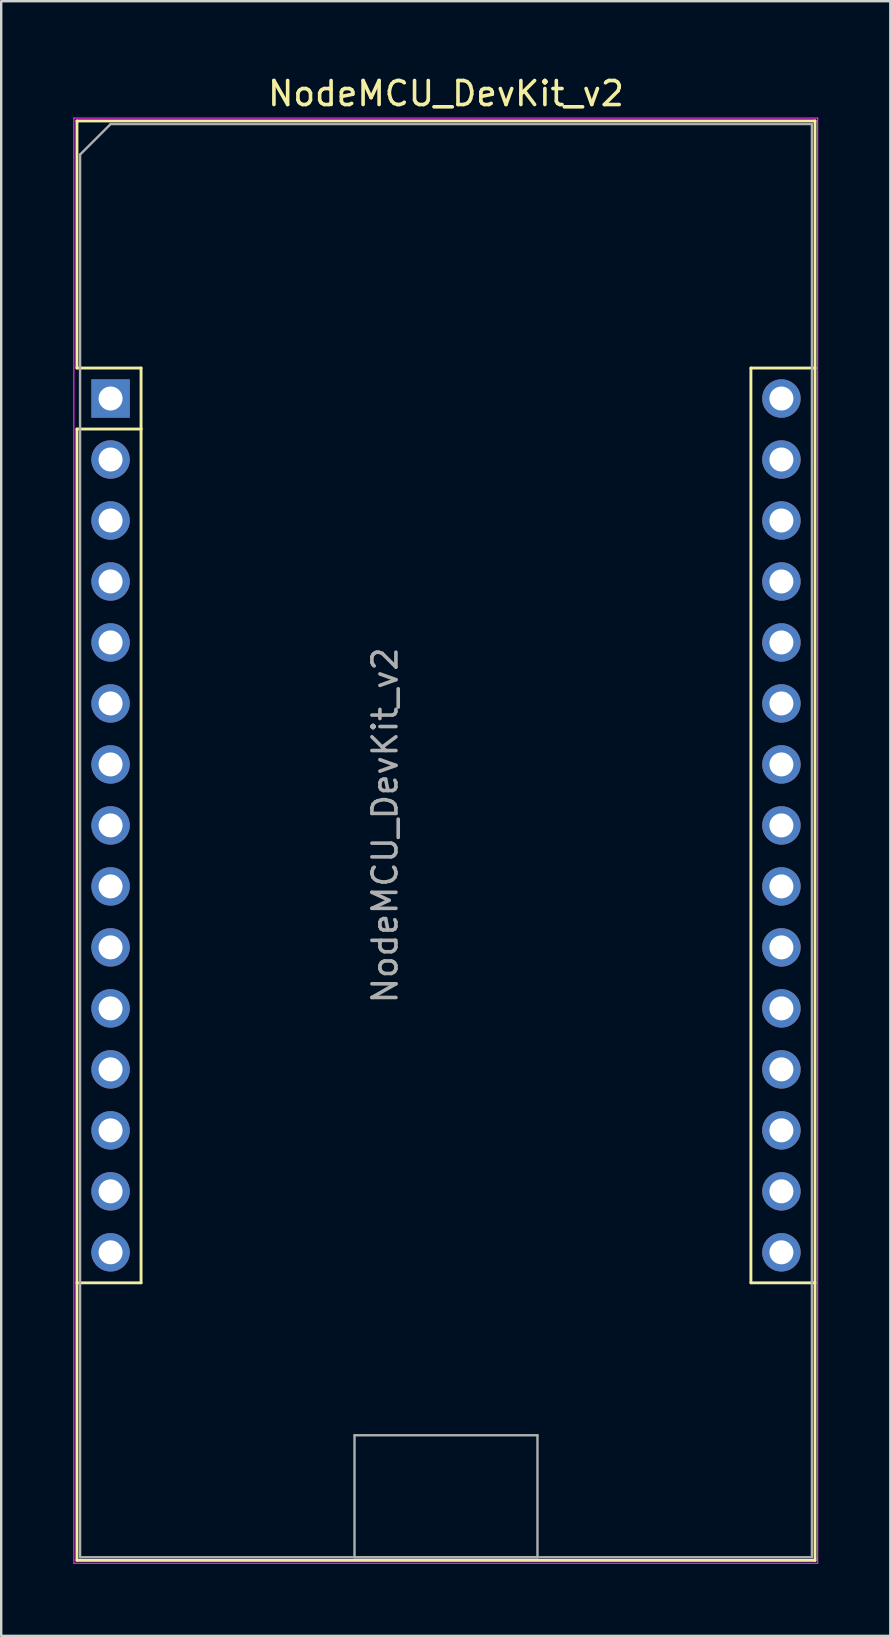
<source format=kicad_pcb>
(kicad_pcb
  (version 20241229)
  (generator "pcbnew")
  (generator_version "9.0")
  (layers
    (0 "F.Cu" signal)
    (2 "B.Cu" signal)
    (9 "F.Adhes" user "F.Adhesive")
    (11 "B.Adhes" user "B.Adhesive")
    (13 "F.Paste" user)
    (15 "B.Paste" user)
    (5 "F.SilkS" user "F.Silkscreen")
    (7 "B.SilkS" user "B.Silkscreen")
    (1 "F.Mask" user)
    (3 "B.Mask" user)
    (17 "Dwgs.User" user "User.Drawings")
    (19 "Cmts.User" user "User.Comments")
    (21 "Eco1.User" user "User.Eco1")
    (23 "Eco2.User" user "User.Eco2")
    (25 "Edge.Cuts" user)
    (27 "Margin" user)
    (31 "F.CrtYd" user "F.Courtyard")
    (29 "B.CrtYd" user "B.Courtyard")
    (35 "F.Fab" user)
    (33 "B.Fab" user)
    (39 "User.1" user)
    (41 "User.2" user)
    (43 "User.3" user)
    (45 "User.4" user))
  (footprint "NodeMCU_DevKit_v2"
    (layer "F.Cu")
    (at 1.555 13.548)
    (property "Reference" "NodeMCU_DevKit_v2" (at 13.97 -12.7 0) (layer "F.SilkS") (effects (font (size 1 1) (thickness 0.15))))
    (attr through_hole)
    (fp_line (start -1.4 -11.56) (end -1.4 -1.27) (stroke (width 0.12) (type solid)) (layer "F.SilkS"))
    (fp_line (start -1.4 1.27) (end -1.4 48.39) (stroke (width 0.12) (type solid)) (layer "F.SilkS"))
    (fp_line (start -1.4 48.39) (end 29.34 48.39) (stroke (width 0.12) (type solid)) (layer "F.SilkS"))
    (fp_line (start 1.27 -1.27) (end -1.4 -1.27) (stroke (width 0.12) (type solid)) (layer "F.SilkS"))
    (fp_line (start 1.27 1.27) (end -1.4 1.27) (stroke (width 0.12) (type solid)) (layer "F.SilkS"))
    (fp_line (start 1.27 1.27) (end 1.27 -1.27) (stroke (width 0.12) (type solid)) (layer "F.SilkS"))
    (fp_line (start 1.27 1.27) (end 1.27 36.83) (stroke (width 0.12) (type solid)) (layer "F.SilkS"))
    (fp_line (start 1.27 36.83) (end -1.4 36.83) (stroke (width 0.12) (type solid)) (layer "F.SilkS"))
    (fp_line (start 26.67 -1.27) (end 26.67 36.83) (stroke (width 0.12) (type solid)) (layer "F.SilkS"))
    (fp_line (start 26.67 -1.27) (end 29.34 -1.27) (stroke (width 0.12) (type solid)) (layer "F.SilkS"))
    (fp_line (start 26.67 36.83) (end 29.34 36.83) (stroke (width 0.12) (type solid)) (layer "F.SilkS"))
    (fp_line (start 29.34 -11.56) (end -1.4 -11.56) (stroke (width 0.12) (type solid)) (layer "F.SilkS"))
    (fp_line (start 29.34 48.39) (end 29.34 -11.56) (stroke (width 0.12) (type solid)) (layer "F.SilkS"))
    (fp_line (start -1.53 -11.68) (end -1.53 48.51) (stroke (width 0.05) (type solid)) (layer "F.CrtYd"))
    (fp_line (start -1.53 -11.68) (end 29.45 -11.68) (stroke (width 0.05) (type solid)) (layer "F.CrtYd"))
    (fp_line (start 29.45 48.51) (end -1.53 48.51) (stroke (width 0.05) (type solid)) (layer "F.CrtYd"))
    (fp_line (start 29.45 48.51) (end 29.45 -11.68) (stroke (width 0.05) (type solid)) (layer "F.CrtYd"))
    (fp_line (start -1.27 -10.16) (end 0 -11.43) (stroke (width 0.1) (type solid)) (layer "F.Fab"))
    (fp_line (start -1.27 48.26) (end -1.27 -10.16) (stroke (width 0.1) (type solid)) (layer "F.Fab"))
    (fp_line (start 0 -11.43) (end 29.21 -11.43) (stroke (width 0.1) (type solid)) (layer "F.Fab"))
    (fp_line (start 10.16 43.18) (end 17.78 43.18) (stroke (width 0.1) (type solid)) (layer "F.Fab"))
    (fp_line (start 10.16 48.26) (end 10.16 43.18) (stroke (width 0.1) (type solid)) (layer "F.Fab"))
    (fp_line (start 17.78 43.18) (end 17.78 48.26) (stroke (width 0.1) (type solid)) (layer "F.Fab"))
    (fp_line (start 17.78 48.26) (end 10.16 48.26) (stroke (width 0.1) (type solid)) (layer "F.Fab"))
    (fp_line (start 29.21 -11.43) (end 29.21 48.26) (stroke (width 0.1) (type solid)) (layer "F.Fab"))
    (fp_line (start 29.21 48.26) (end -1.27 48.26) (stroke (width 0.1) (type solid)) (layer "F.Fab"))
    (fp_text user "${REFERENCE}" (at 11.43 17.78 90) (layer "F.Fab") (effects (font (size 1 1) (thickness 0.15))))
    (pad "1" thru_hole oval (at 0 35.56) (size 1.6 1.6) (drill 1) (layers "*.Cu" "*.Mask"))
    (pad "2" thru_hole oval (at 0 33.02) (size 1.6 1.6) (drill 1) (layers "*.Cu" "*.Mask"))
    (pad "3" thru_hole oval (at 0 30.48) (size 1.6 1.6) (drill 1) (layers "*.Cu" "*.Mask"))
    (pad "4" thru_hole oval (at 0 27.94) (size 1.6 1.6) (drill 1) (layers "*.Cu" "*.Mask"))
    (pad "5" thru_hole oval (at 0 25.4) (size 1.6 1.6) (drill 1) (layers "*.Cu" "*.Mask"))
    (pad "6" thru_hole oval (at 0 22.86) (size 1.6 1.6) (drill 1) (layers "*.Cu" "*.Mask"))
    (pad "7" thru_hole oval (at 0 20.32) (size 1.6 1.6) (drill 1) (layers "*.Cu" "*.Mask"))
    (pad "8" thru_hole oval (at 0 17.78) (size 1.6 1.6) (drill 1) (layers "*.Cu" "*.Mask"))
    (pad "9" thru_hole oval (at 0 15.24) (size 1.6 1.6) (drill 1) (layers "*.Cu" "*.Mask"))
    (pad "10" thru_hole oval (at 0 12.7) (size 1.6 1.6) (drill 1) (layers "*.Cu" "*.Mask"))
    (pad "11" thru_hole oval (at 0 10.16) (size 1.6 1.6) (drill 1) (layers "*.Cu" "*.Mask"))
    (pad "12" thru_hole oval (at 0 7.62) (size 1.6 1.6) (drill 1) (layers "*.Cu" "*.Mask"))
    (pad "13" thru_hole oval (at 0 5.08) (size 1.6 1.6) (drill 1) (layers "*.Cu" "*.Mask"))
    (pad "14" thru_hole oval (at 0 2.54) (size 1.6 1.6) (drill 1) (layers "*.Cu" "*.Mask"))
    (pad "15" thru_hole rect (at 0 0) (size 1.6 1.6) (drill 1) (layers "*.Cu" "*.Mask"))
    (pad "16" thru_hole oval (at 27.94 0) (size 1.6 1.6) (drill 1) (layers "*.Cu" "*.Mask"))
    (pad "17" thru_hole oval (at 27.94 2.54) (size 1.6 1.6) (drill 1) (layers "*.Cu" "*.Mask"))
    (pad "18" thru_hole oval (at 27.94 5.08) (size 1.6 1.6) (drill 1) (layers "*.Cu" "*.Mask"))
    (pad "19" thru_hole oval (at 27.94 7.62) (size 1.6 1.6) (drill 1) (layers "*.Cu" "*.Mask"))
    (pad "20" thru_hole oval (at 27.94 10.16) (size 1.6 1.6) (drill 1) (layers "*.Cu" "*.Mask"))
    (pad "21" thru_hole oval (at 27.94 12.7) (size 1.6 1.6) (drill 1) (layers "*.Cu" "*.Mask"))
    (pad "22" thru_hole oval (at 27.94 15.24) (size 1.6 1.6) (drill 1) (layers "*.Cu" "*.Mask"))
    (pad "23" thru_hole oval (at 27.94 17.78) (size 1.6 1.6) (drill 1) (layers "*.Cu" "*.Mask"))
    (pad "24" thru_hole oval (at 27.94 20.32) (size 1.6 1.6) (drill 1) (layers "*.Cu" "*.Mask"))
    (pad "25" thru_hole oval (at 27.94 22.86) (size 1.6 1.6) (drill 1) (layers "*.Cu" "*.Mask"))
    (pad "26" thru_hole oval (at 27.94 25.4) (size 1.6 1.6) (drill 1) (layers "*.Cu" "*.Mask"))
    (pad "27" thru_hole oval (at 27.94 27.94) (size 1.6 1.6) (drill 1) (layers "*.Cu" "*.Mask"))
    (pad "28" thru_hole oval (at 27.94 30.48) (size 1.6 1.6) (drill 1) (layers "*.Cu" "*.Mask"))
    (pad "29" thru_hole oval (at 27.94 33.02) (size 1.6 1.6) (drill 1) (layers "*.Cu" "*.Mask"))
    (pad "30" thru_hole oval (at 27.94 35.56) (size 1.6 1.6) (drill 1) (layers "*.Cu" "*.Mask")))
  (gr_rect
    (start -3 -3)
    (end 34.03 65.083)
    (stroke (width 0.1) (type default))
    (fill no)
    (layer "Edge.Cuts")))
</source>
